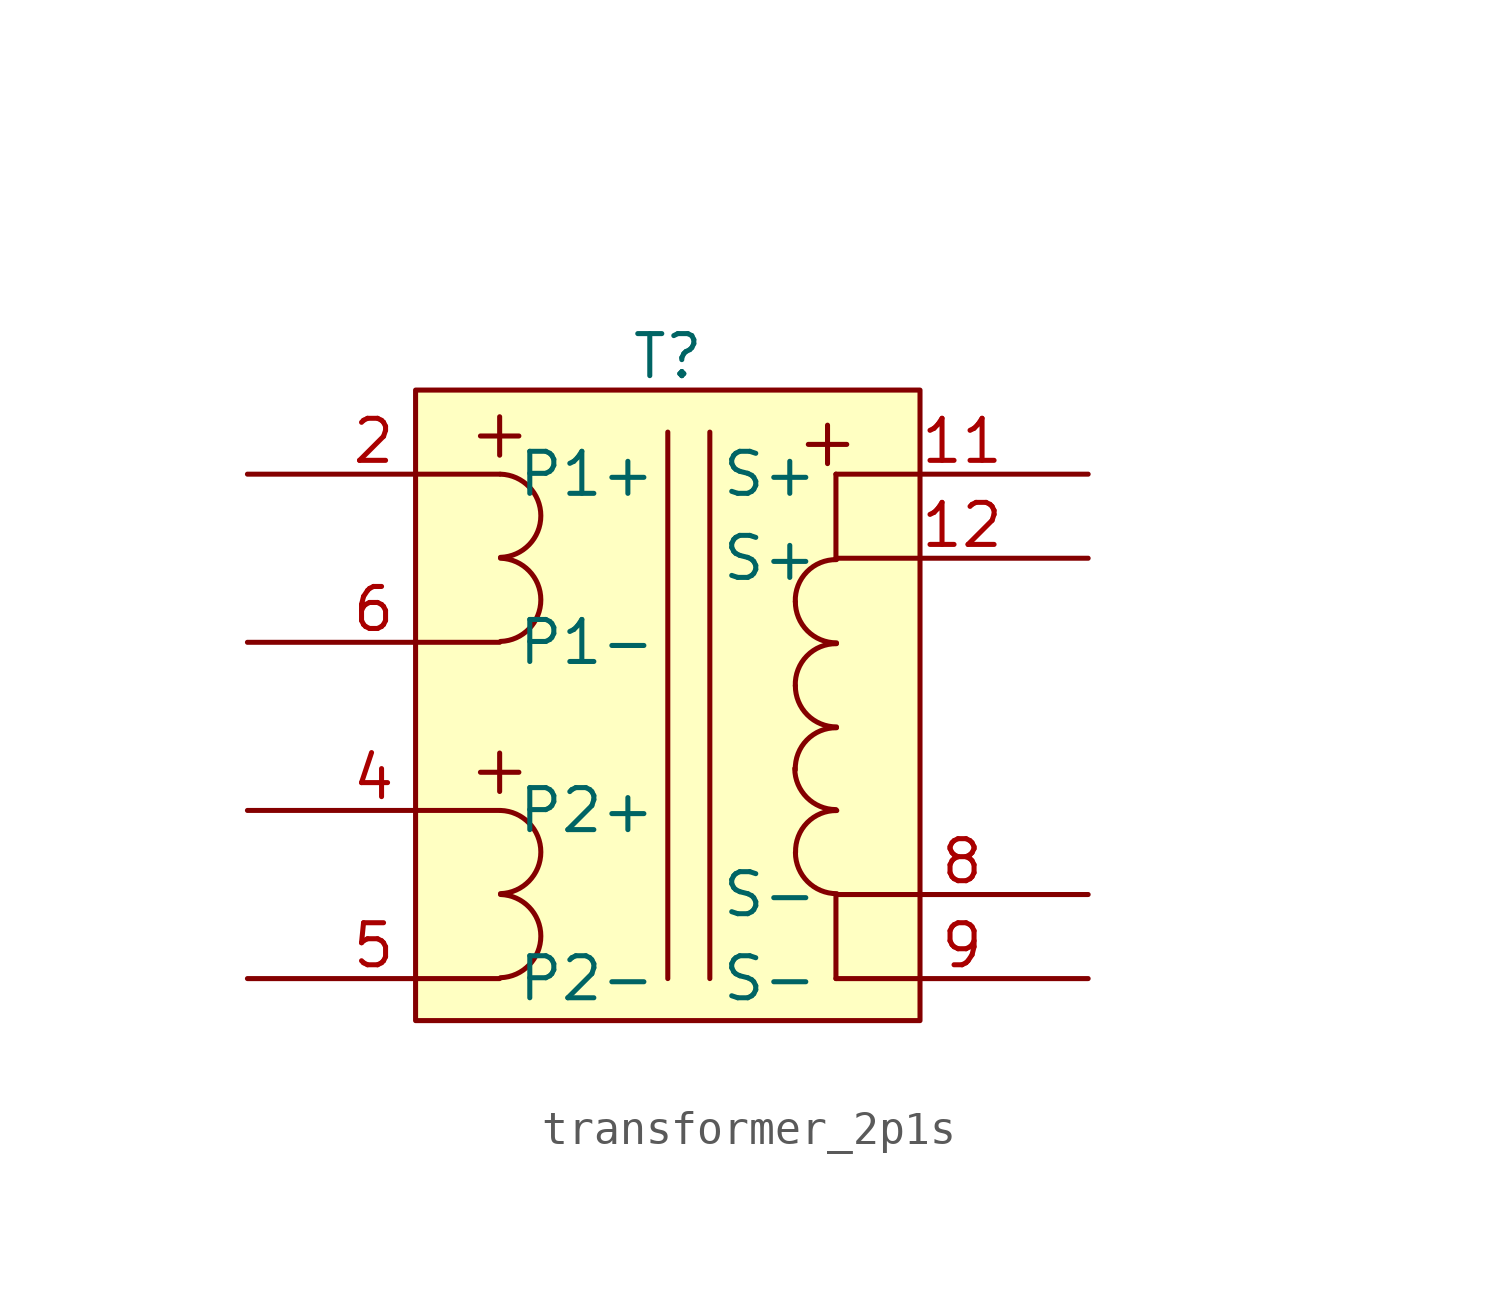
<source format=kicad_sym>
(kicad_symbol_lib
  (version 20231120)
  (generator "kicad_symbol_editor")
  (generator_version "8.0")
  (symbol "transformer_2p1s"
    (property "Reference" "T"
      (at 0 11.176 0)
      (effects (font (size 1.27 1.27))))
    (property "Value" ""
      (at 17.78 15.24 0)
      (effects (font (size 1.27 1.27))))
    (symbol "transformer_2p1s_0_0"
      (text "+" (at -5.08 -1.27 0) (effects (font (size 1.524 1.524))))
      (text "+" (at -5.08 8.89 0) (effects (font (size 1.524 1.524))))
      (text "+" (at 4.826 8.636 0) (effects (font (size 1.524 1.524)))))
    (symbol "transformer_2p1s_0_1"
      (rectangle (start -7.62 10.16) (end 7.62 -8.89) (stroke (width 0) (type default)) (fill (type background)))
      (arc (start -5.0546 -7.5946) (mid -3.835 -6.3373) (end -5.0546 -5.08) (stroke (width 0) (type default)) (fill (type none)))
      (arc (start -5.0546 -5.0546) (mid -3.835 -3.7973) (end -5.0546 -2.54) (stroke (width 0) (type default)) (fill (type none)))
      (arc (start -5.0546 2.5654) (mid -3.835 3.8227) (end -5.0546 5.08) (stroke (width 0) (type default)) (fill (type none)))
      (arc (start -5.0546 5.1054) (mid -3.835 6.3627) (end -5.0546 7.62) (stroke (width 0) (type default)) (fill (type none)))
      (polyline (pts (xy 0 8.89) (xy 0 -7.62)) (stroke (width 0) (type default)) (fill (type none)))
      (polyline (pts (xy 1.27 -7.62) (xy 1.27 8.89)) (stroke (width 0) (type default)) (fill (type none)))
      (polyline (pts (xy 5.08 -5.08) (xy 5.08 -7.62)) (stroke (width 0) (type default)) (fill (type none)))
      (polyline (pts (xy 5.08 5.08) (xy 5.08 7.62)) (stroke (width 0) (type default)) (fill (type none)))
      (arc (start 3.8354 -1.27) (mid 4.1999 -2.1501) (end 5.08 -2.5146) (stroke (width 0) (type default)) (fill (type none)))
      (arc (start 3.8524 1.228) (mid 4.2169 0.3479) (end 5.097 -0.0166) (stroke (width 0) (type default)) (fill (type none)))
      (arc (start 3.8524 3.768) (mid 4.2169 2.8879) (end 5.097 2.5234) (stroke (width 0) (type default)) (fill (type none)))
      (arc (start 3.8608 -3.81) (mid 4.2254 -4.6899) (end 5.1054 -5.0546) (stroke (width 0) (type default)) (fill (type none)))
      (arc (start 5.097 -0.042) (mid 4.2028 -0.4105) (end 3.8524 -1.312) (stroke (width 0) (type default)) (fill (type none)))
      (arc (start 5.097 2.498) (mid 4.2028 2.1295) (end 3.8524 1.228) (stroke (width 0) (type default)) (fill (type none)))
      (arc (start 5.097 5.038) (mid 4.2028 4.6695) (end 3.8524 3.768) (stroke (width 0) (type default)) (fill (type none)))
      (arc (start 5.1054 -2.54) (mid 4.2109 -2.9083) (end 3.8608 -3.81) (stroke (width 0) (type default)) (fill (type none))))
    (symbol "transformer_2p1s_1_1"
      (pin passive line (at 12.7 7.62 180) (length 7.62) (name "S+" (effects (font (size 1.27 1.27)))) (number "11" (effects (font (size 1.27 1.27)))))
      (pin passive line (at 12.7 5.08 180) (length 7.62) (name "S+" (effects (font (size 1.27 1.27)))) (number "12" (effects (font (size 1.27 1.27)))))
      (pin passive line (at -12.7 7.62 0) (length 7.62) (name "P1+" (effects (font (size 1.27 1.27)))) (number "2" (effects (font (size 1.27 1.27)))))
      (pin passive line (at -12.7 -2.54 0) (length 7.62) (name "P2+" (effects (font (size 1.27 1.27)))) (number "4" (effects (font (size 1.27 1.27)))))
      (pin passive line (at -12.7 -7.62 0) (length 7.62) (name "P2-" (effects (font (size 1.27 1.27)))) (number "5" (effects (font (size 1.27 1.27)))))
      (pin passive line (at -12.7 2.54 0) (length 7.62) (name "P1-" (effects (font (size 1.27 1.27)))) (number "6" (effects (font (size 1.27 1.27)))))
      (pin passive line (at 12.7 -5.08 180) (length 7.62) (name "S-" (effects (font (size 1.27 1.27)))) (number "8" (effects (font (size 1.27 1.27)))))
      (pin passive line (at 12.7 -7.62 180) (length 7.62) (name "S-" (effects (font (size 1.27 1.27)))) (number "9" (effects (font (size 1.27 1.27))))))))
</source>
